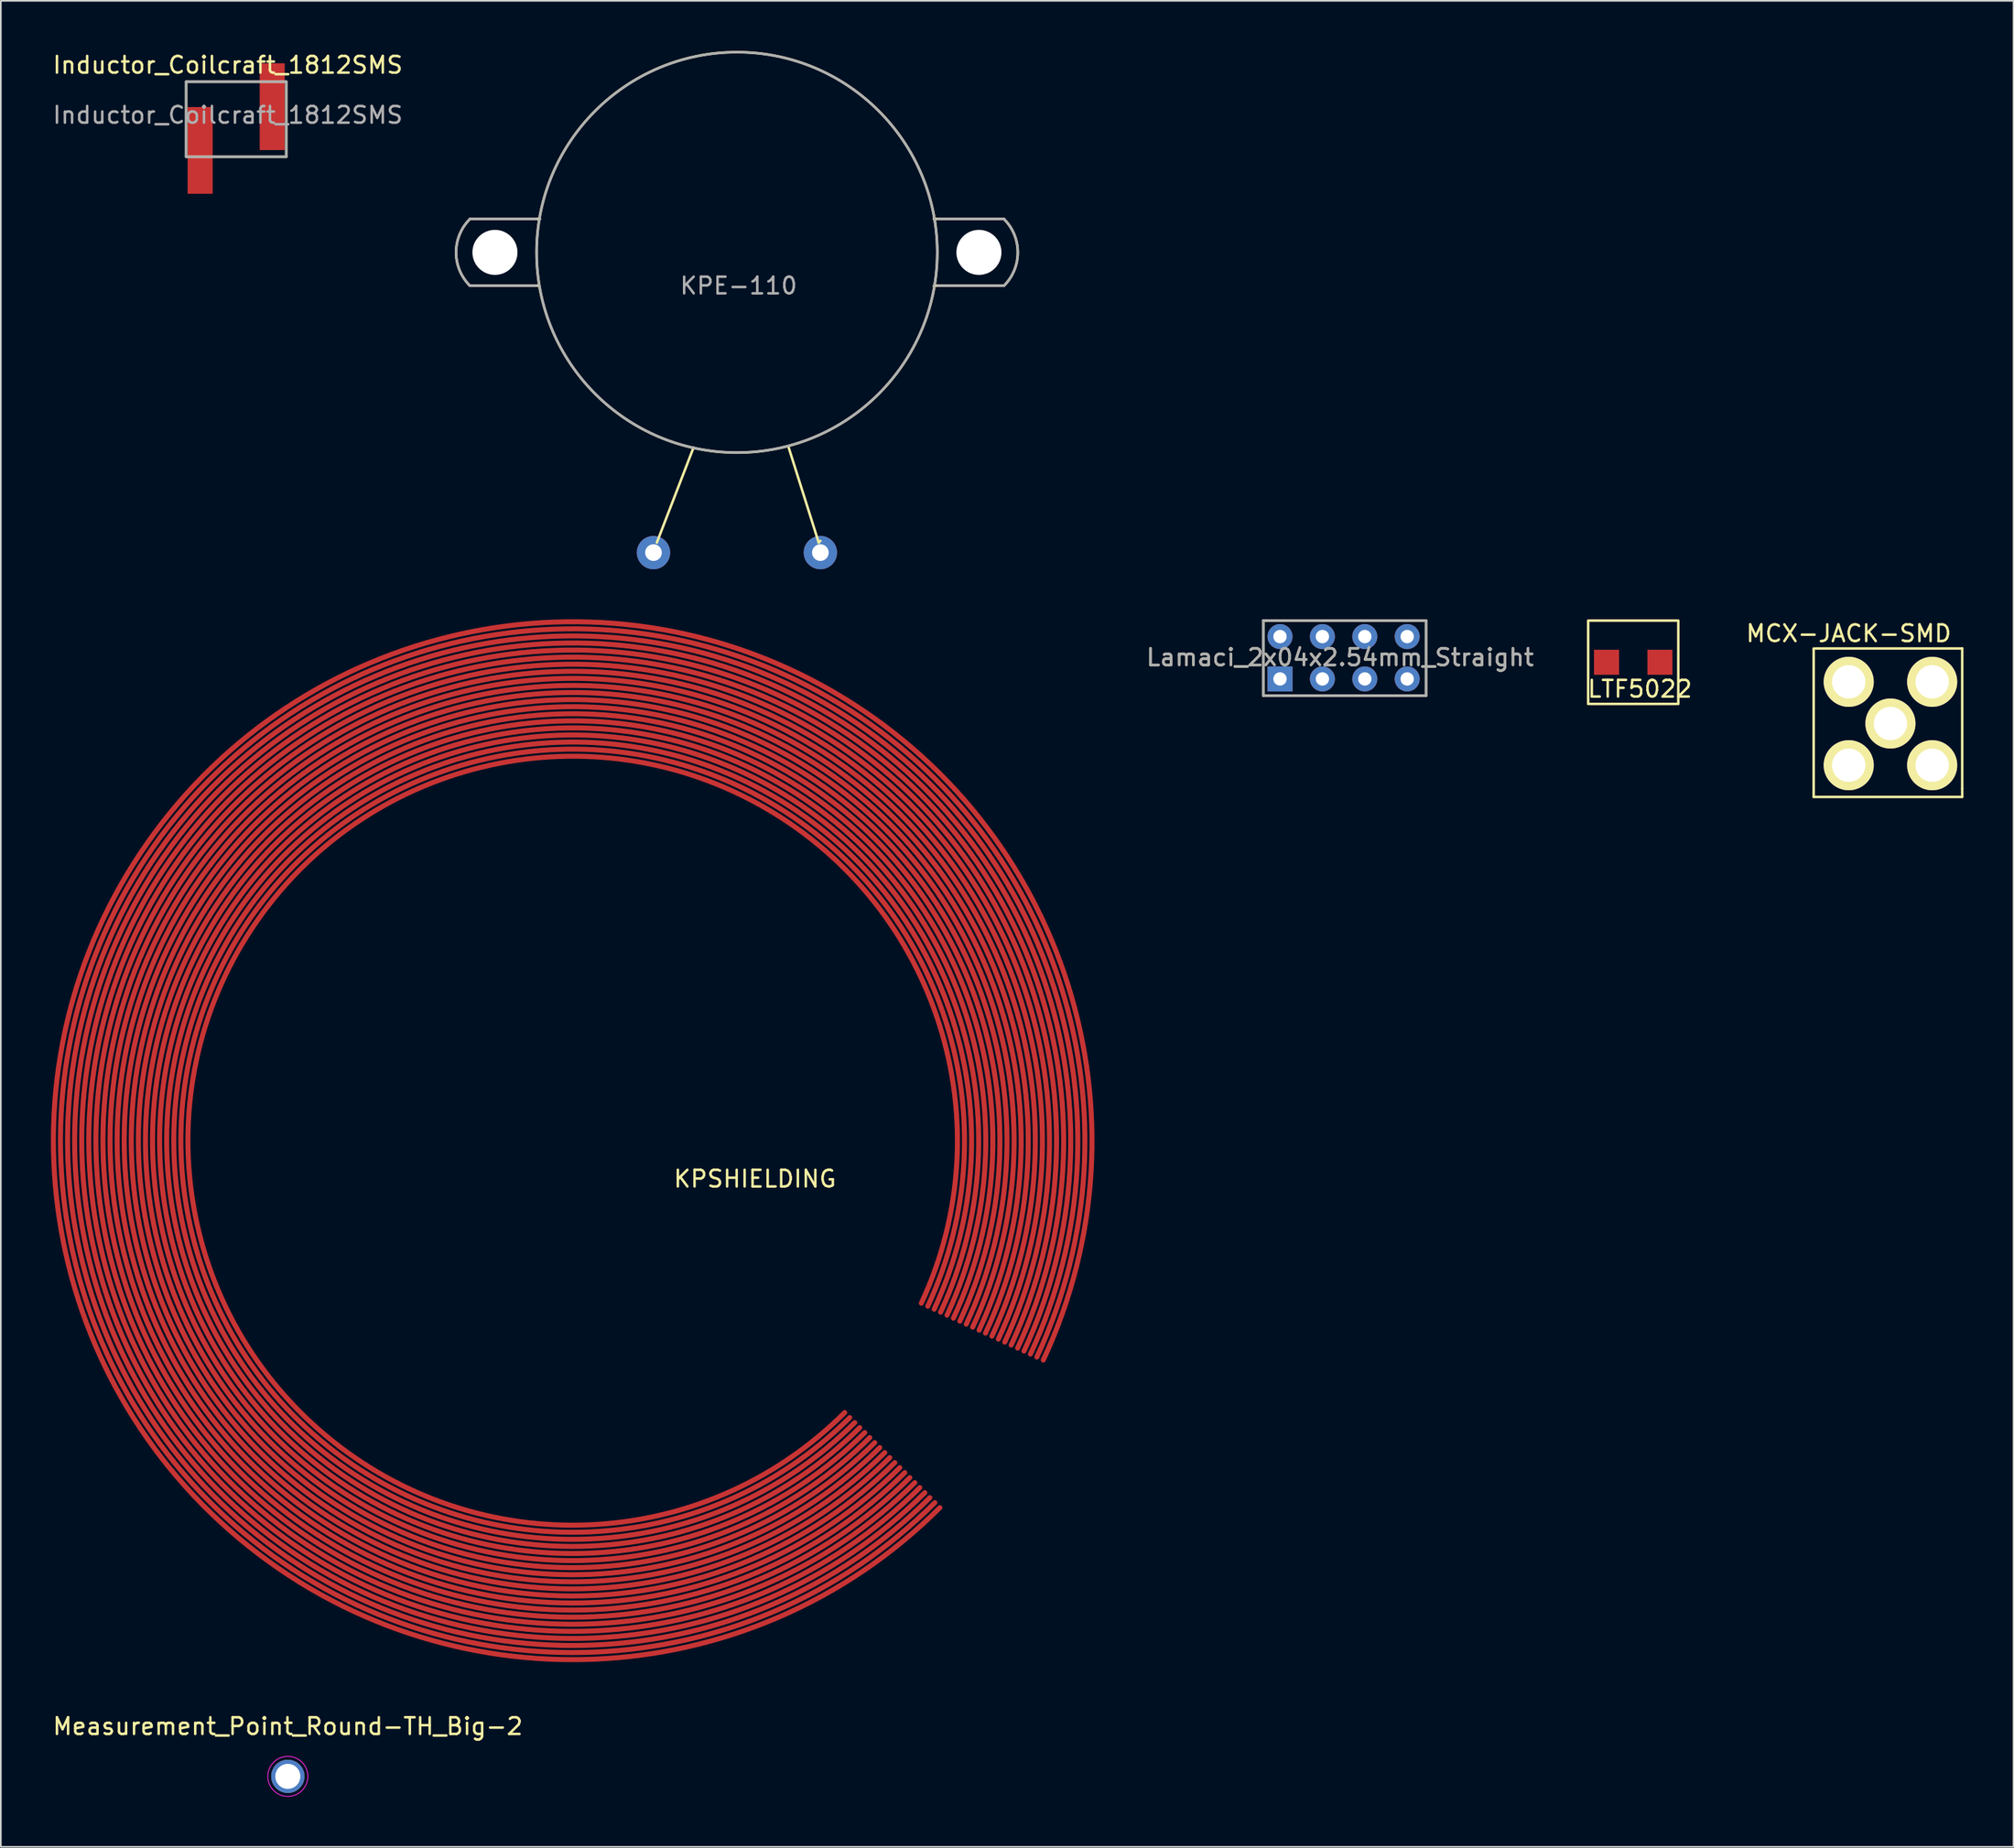
<source format=kicad_pcb>
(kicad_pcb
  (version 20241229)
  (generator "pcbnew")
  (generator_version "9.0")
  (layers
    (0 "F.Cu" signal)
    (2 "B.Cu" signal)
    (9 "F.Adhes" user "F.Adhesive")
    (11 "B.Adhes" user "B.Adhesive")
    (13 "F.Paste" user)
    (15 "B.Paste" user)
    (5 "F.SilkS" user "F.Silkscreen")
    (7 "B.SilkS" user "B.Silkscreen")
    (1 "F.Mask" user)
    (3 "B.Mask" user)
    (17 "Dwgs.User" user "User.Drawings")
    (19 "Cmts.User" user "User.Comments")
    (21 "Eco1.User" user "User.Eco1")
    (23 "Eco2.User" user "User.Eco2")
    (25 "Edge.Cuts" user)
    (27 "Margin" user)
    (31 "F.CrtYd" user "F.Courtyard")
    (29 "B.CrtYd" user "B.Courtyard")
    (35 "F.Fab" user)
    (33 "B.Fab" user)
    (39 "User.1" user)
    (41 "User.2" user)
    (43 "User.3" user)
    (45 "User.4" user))
  (footprint "Inductor_Coilcraft_1812SMS"
    (layer "F.Cu")
    (at 11.101 3.348)
    (property "Reference" "Inductor_Coilcraft_1812SMS" (at -0.5 -2.5 180) (layer "F.SilkS") (effects (font (size 1 1) (thickness 0.15))))
    (attr through_hole)
    (fp_line (start -3 -1.5) (end -3 3) (stroke (width 0.15) (type solid)) (layer "F.SilkS"))
    (fp_line (start -3 3) (end 3 3) (stroke (width 0.15) (type solid)) (layer "F.SilkS"))
    (fp_line (start 3 -1.5) (end -3 -1.5) (stroke (width 0.15) (type solid)) (layer "F.SilkS"))
    (fp_line (start 3 3) (end 3 -1.5) (stroke (width 0.15) (type solid)) (layer "F.SilkS"))
    (fp_line (start -3 -1.5) (end 3 -1.5) (stroke (width 0.15) (type solid)) (layer "F.Fab"))
    (fp_line (start -3 3) (end -3 -1.5) (stroke (width 0.15) (type solid)) (layer "F.Fab"))
    (fp_line (start 3 -1.5) (end 3 3) (stroke (width 0.15) (type solid)) (layer "F.Fab"))
    (fp_line (start 3 3) (end -3 3) (stroke (width 0.15) (type solid)) (layer "F.Fab"))
    (fp_text user "${REFERENCE}" (at -0.5 0.5 180) (layer "F.Fab") (effects (font (size 1 1) (thickness 0.15))))
    (pad "1" smd rect (at -2.16 2.62) (size 1.5 5.2) (layers "F.Cu" "F.Mask" "F.Paste"))
    (pad "2" smd rect (at 2.16 0) (size 1.5 5.2) (layers "F.Cu" "F.Mask" "F.Paste")))
  (footprint "MCX-JACK-SMD"
    (layer "F.Cu")
    (at 110.222 40.33)
    (property "Reference" "MCX-JACK-SMD" (at -2.5 -5.4 0) (layer "F.SilkS") (effects (font (size 1 1) (thickness 0.15))))
    (attr through_hole)
    (fp_line (start -4.6 4.4) (end -4.6 -4.5) (stroke (width 0.15) (type solid)) (layer "F.SilkS"))
    (fp_line (start -4.5 -4.5) (end 4.3 -4.5) (stroke (width 0.15) (type solid)) (layer "F.SilkS"))
    (fp_line (start 4.3 -4.5) (end 4.3 3.9) (stroke (width 0.15) (type solid)) (layer "F.SilkS"))
    (fp_line (start 4.3 3.9) (end 4.3 4.4) (stroke (width 0.15) (type solid)) (layer "F.SilkS"))
    (fp_line (start 4.3 4.4) (end -4.6 4.4) (stroke (width 0.15) (type solid)) (layer "F.SilkS"))
    (pad "1" thru_hole circle (at 0 0) (size 3 3) (drill 2) (layers "*.Cu" "*.Mask" "F.SilkS"))
    (pad "2" thru_hole circle (at -2.5 -2.5) (size 3 3) (drill 2) (layers "*.Cu" "*.Mask" "F.SilkS"))
    (pad "2" thru_hole circle (at -2.5 2.5) (size 3 3) (drill 2) (layers "*.Cu" "*.Mask" "F.SilkS"))
    (pad "2" thru_hole circle (at 2.5 -2.5) (size 3 3) (drill 2) (layers "*.Cu" "*.Mask" "F.SilkS"))
    (pad "2" thru_hole circle (at 2.5 2.5) (size 3 3) (drill 2) (layers "*.Cu" "*.Mask" "F.SilkS")))
  (footprint "Measurement_Point_Round-TH_Big-2"
    (layer "F.Cu")
    (at 14.196 103.455)
    (property "Reference" "Measurement_Point_Round-TH_Big-2" (at 0 -3 0) (layer "F.SilkS") (effects (font (size 1 1) (thickness 0.15))))
    (attr exclude_from_pos_files exclude_from_bom)
    (fp_circle (center 0 0) (end 1.2 0) (stroke (width 0.05) (type solid)) (fill no) (layer "F.CrtYd"))
    (pad "1" thru_hole circle (at 0 0) (size 2 2) (drill 1.5) (layers "*.Cu" "*.Mask")))
  (footprint "LTF5022"
    (layer "F.Cu")
    (at 94.81 36.657)
    (property "Reference" "LTF5022" (at 0.4 1.6 0) (layer "F.SilkS") (effects (font (size 1 1) (thickness 0.15))))
    (attr through_hole)
    (fp_line (start -2.7 -2.5) (end -2.7 2.5) (stroke (width 0.15) (type solid)) (layer "F.SilkS"))
    (fp_line (start -2.6 -2.5) (end 2.6 -2.5) (stroke (width 0.15) (type solid)) (layer "F.SilkS"))
    (fp_line (start -2.6 2.5) (end 2.6 2.5) (stroke (width 0.15) (type solid)) (layer "F.SilkS"))
    (fp_line (start 2.7 -2.5) (end 2.7 2.5) (stroke (width 0.15) (type solid)) (layer "F.SilkS"))
    (pad "1" smd rect (at -1.6 0) (size 1.5 1.5) (layers "F.Cu" "F.Mask" "F.Paste"))
    (pad "2" smd rect (at 1.6 0) (size 1.5 1.5) (layers "F.Cu" "F.Mask" "F.Paste")))
  (footprint "KPSHIELDING"
    (layer "F.Cu")
    (at 31.263 65.344)
    (property "Reference" "KPSHIELDING" (at 10.922 2.286 0) (layer "F.SilkS") (effects (font (size 1 1) (thickness 0.15))))
    (attr through_hole)
    (fp_arc (start 16.3 16.3) (mid -18.882832 -13.221901) (end 20.891918 9.742061) (stroke (width 0.3) (type solid)) (layer "F.Cu"))
    (fp_arc (start 16.6 16.6) (mid -19.230368 -13.465249) (end 21.276432 9.921363) (stroke (width 0.3) (type solid)) (layer "F.Cu"))
    (fp_arc (start 16.9 16.9) (mid -19.577905 -13.708597) (end 21.660946 10.100665) (stroke (width 0.3) (type solid)) (layer "F.Cu"))
    (fp_arc (start 17.2 17.2) (mid -19.925442 -13.951945) (end 22.04546 10.279967) (stroke (width 0.3) (type solid)) (layer "F.Cu"))
    (fp_arc (start 17.5 17.5) (mid -20.272979 -14.195293) (end 22.429973 10.459268) (stroke (width 0.3) (type solid)) (layer "F.Cu"))
    (fp_arc (start 17.8 17.8) (mid -20.620516 -14.43864) (end 22.814487 10.63857) (stroke (width 0.3) (type solid)) (layer "F.Cu"))
    (fp_arc (start 18.1 18.1) (mid -20.968052 -14.681988) (end 23.199001 10.817872) (stroke (width 0.3) (type solid)) (layer "F.Cu"))
    (fp_arc (start 18.4 18.4) (mid -21.315589 -14.925336) (end 23.583515 10.997174) (stroke (width 0.3) (type solid)) (layer "F.Cu"))
    (fp_arc (start 18.7 18.7) (mid -21.663126 -15.168684) (end 23.968029 11.176475) (stroke (width 0.3) (type solid)) (layer "F.Cu"))
    (fp_arc (start 19 19) (mid -22.010663 -15.412032) (end 24.352543 11.355777) (stroke (width 0.3) (type solid)) (layer "F.Cu"))
    (fp_arc (start 19.3 19.3) (mid -22.358199 -15.65538) (end 24.737056 11.535079) (stroke (width 0.3) (type solid)) (layer "F.Cu"))
    (fp_arc (start 19.6 19.6) (mid -22.705736 -15.898728) (end 25.12157 11.714381) (stroke (width 0.3) (type solid)) (layer "F.Cu"))
    (fp_arc (start 19.9 19.9) (mid -23.053273 -16.142075) (end 25.506084 11.893682) (stroke (width 0.3) (type solid)) (layer "F.Cu"))
    (fp_arc (start 20.2 20.2) (mid -23.40081 -16.385423) (end 25.890598 12.072984) (stroke (width 0.3) (type solid)) (layer "F.Cu"))
    (fp_arc (start 20.5 20.5) (mid -23.748347 -16.628771) (end 26.275112 12.252286) (stroke (width 0.3) (type solid)) (layer "F.Cu"))
    (fp_arc (start 20.8 20.8) (mid -24.095883 -16.872119) (end 26.659625 12.431588) (stroke (width 0.3) (type solid)) (layer "F.Cu"))
    (fp_arc (start 21.1 21.1) (mid -24.44342 -17.115467) (end 27.044139 12.610889) (stroke (width 0.3) (type solid)) (layer "F.Cu"))
    (fp_arc (start 21.4 21.4) (mid -24.790957 -17.358815) (end 27.428653 12.790191) (stroke (width 0.3) (type solid)) (layer "F.Cu"))
    (fp_arc (start 21.7 21.7) (mid -25.138494 -17.602163) (end 27.813167 12.969493) (stroke (width 0.3) (type solid)) (layer "F.Cu"))
    (fp_arc (start 22 22) (mid -25.48603 -17.845511) (end 28.197681 13.148795) (stroke (width 0.3) (type solid)) (layer "F.Cu")))
  (footprint "KPE-110"
    (layer "F.Cu")
    (at 41.106 12.082)
    (property "Reference" "KPE-110" (at 0.1 2 0) (layer "F.Fab") (effects (font (size 1 1) (thickness 0.15))))
    (attr through_hole)
    (fp_line (start -11.9 -2) (end -12 -2) (stroke (width 0.15) (type solid)) (layer "F.SilkS"))
    (fp_line (start -11.9 2) (end -16 2) (stroke (width 0.15) (type solid)) (layer "F.SilkS"))
    (fp_line (start -11.9 2) (end -12 2) (stroke (width 0.15) (type solid)) (layer "F.SilkS"))
    (fp_line (start -11.8 -2) (end -16 -2) (stroke (width 0.15) (type solid)) (layer "F.SilkS"))
    (fp_line (start -2.6 11.7) (end -4.8 17.4) (stroke (width 0.15) (type solid)) (layer "F.SilkS"))
    (fp_line (start 3.1 11.7) (end 4.9 17.4) (stroke (width 0.15) (type solid)) (layer "F.SilkS"))
    (fp_line (start 4.9 17.4) (end 5 17.3) (stroke (width 0.15) (type solid)) (layer "F.SilkS"))
    (fp_line (start 11.8 -2) (end 16 -2) (stroke (width 0.15) (type solid)) (layer "F.SilkS"))
    (fp_line (start 11.8 2) (end 16 2) (stroke (width 0.15) (type solid)) (layer "F.SilkS"))
    (fp_line (start 11.9 -2) (end 12 -2) (stroke (width 0.15) (type solid)) (layer "F.SilkS"))
    (fp_line (start 11.9 2) (end 12 2) (stroke (width 0.15) (type solid)) (layer "F.SilkS"))
    (fp_arc (start -16 2) (mid -16.828427 0) (end -16 -2) (stroke (width 0.15) (type solid)) (layer "F.SilkS"))
    (fp_arc (start 16 -2) (mid 16.828427 0) (end 16 2) (stroke (width 0.15) (type solid)) (layer "F.SilkS"))
    (fp_circle (center 0 0) (end 10.4 6) (stroke (width 0.15) (type solid)) (fill no) (layer "F.SilkS"))
    (fp_line (start -12 -2) (end -16 -2) (stroke (width 0.15) (type solid)) (layer "F.Fab"))
    (fp_line (start -12 2) (end -16 2) (stroke (width 0.15) (type solid)) (layer "F.Fab"))
    (fp_line (start 12 -2) (end 16 -2) (stroke (width 0.15) (type solid)) (layer "F.Fab"))
    (fp_line (start 16 2) (end 12 2) (stroke (width 0.15) (type solid)) (layer "F.Fab"))
    (fp_arc (start -16 2) (mid -16.828427 0) (end -16 -2) (stroke (width 0.15) (type solid)) (layer "F.Fab"))
    (fp_arc (start 16 -2) (mid 16.828427 0) (end 16 2) (stroke (width 0.15) (type solid)) (layer "F.Fab"))
    (fp_circle (center 0 0) (end 12 0) (stroke (width 0.15) (type solid)) (fill no) (layer "F.Fab"))
    (pad "" np_thru_hole circle (at -14.5 0) (size 2.7 2.7) (drill 2.7) (layers "*.Cu" "*.Mask"))
    (pad "" np_thru_hole circle (at 14.5 0) (size 2.7 2.7) (drill 2.7) (layers "*.Cu" "*.Mask"))
    (pad "1" thru_hole circle (at -5 18) (size 2 2) (drill 1) (layers "*.Cu" "*.Mask"))
    (pad "2" thru_hole circle (at 5 18) (size 2 2) (drill 1) (layers "*.Cu" "*.Mask")))
  (footprint "Lamaci_2x04x2.54mm_Straight"
    (layer "F.Cu")
    (at 73.646 37.661)
    (property "Reference" "Lamaci_2x04x2.54mm_Straight" (at 3.6 -1.3 180) (layer "F.SilkS") (effects (font (size 1 1) (thickness 0.15))))
    (attr through_hole)
    (fp_line (start -1 -3.504) (end -1 0.996) (stroke (width 0.15) (type solid)) (layer "F.SilkS"))
    (fp_line (start -1 -3.504) (end -0.75 -3.504) (stroke (width 0.15) (type solid)) (layer "F.SilkS"))
    (fp_line (start -1 -3.5) (end 8.75 -3.5) (stroke (width 0.15) (type solid)) (layer "F.SilkS"))
    (fp_line (start -0.998 0.998) (end 8.752 0.998) (stroke (width 0.15) (type solid)) (layer "F.SilkS"))
    (fp_line (start 8.752 -3.502) (end 8.752 0.998) (stroke (width 0.15) (type solid)) (layer "F.SilkS"))
    (fp_line (start -1 1) (end -1 -3.5) (stroke (width 0.15) (type solid)) (layer "F.Fab"))
    (fp_line (start 8.75 -3.5) (end 8.75 1) (stroke (width 0.15) (type solid)) (layer "F.Fab"))
    (fp_line (start 8.75 1) (end -1 1) (stroke (width 0.15) (type solid)) (layer "F.Fab"))
    (fp_line (start 8.752 -3.502) (end -0.998 -3.502) (stroke (width 0.15) (type solid)) (layer "F.Fab"))
    (fp_text user "${REFERENCE}" (at 3.6 -1.3 0) (layer "F.Fab") (effects (font (size 1 1) (thickness 0.15))))
    (pad "1" thru_hole rect (at 0 -0.004) (size 1.5 1.5) (drill 0.8) (layers "*.Cu" "*.Mask"))
    (pad "2" thru_hole circle (at 0 -2.544) (size 1.5 1.5) (drill 0.8) (layers "*.Cu" "*.Mask"))
    (pad "3" thru_hole circle (at 2.54 -0.004) (size 1.5 1.5) (drill 0.8) (layers "*.Cu" "*.Mask"))
    (pad "4" thru_hole circle (at 2.54 -2.544) (size 1.5 1.5) (drill 0.8) (layers "*.Cu" "*.Mask"))
    (pad "5" thru_hole circle (at 5.08 -0.004) (size 1.5 1.5) (drill 0.8) (layers "*.Cu" "*.Mask"))
    (pad "6" thru_hole circle (at 5.08 -2.544) (size 1.5 1.5) (drill 0.8) (layers "*.Cu" "*.Mask"))
    (pad "7" thru_hole circle (at 7.62 -0.004) (size 1.5 1.5) (drill 0.8) (layers "*.Cu" "*.Mask"))
    (pad "8" thru_hole circle (at 7.62 -2.544) (size 1.5 1.5) (drill 0.8) (layers "*.Cu" "*.Mask")))
  (gr_rect
    (start -3 -3)
    (end 117.597 107.68)
    (stroke (width 0.1) (type default))
    (fill no)
    (layer "Edge.Cuts")))
</source>
